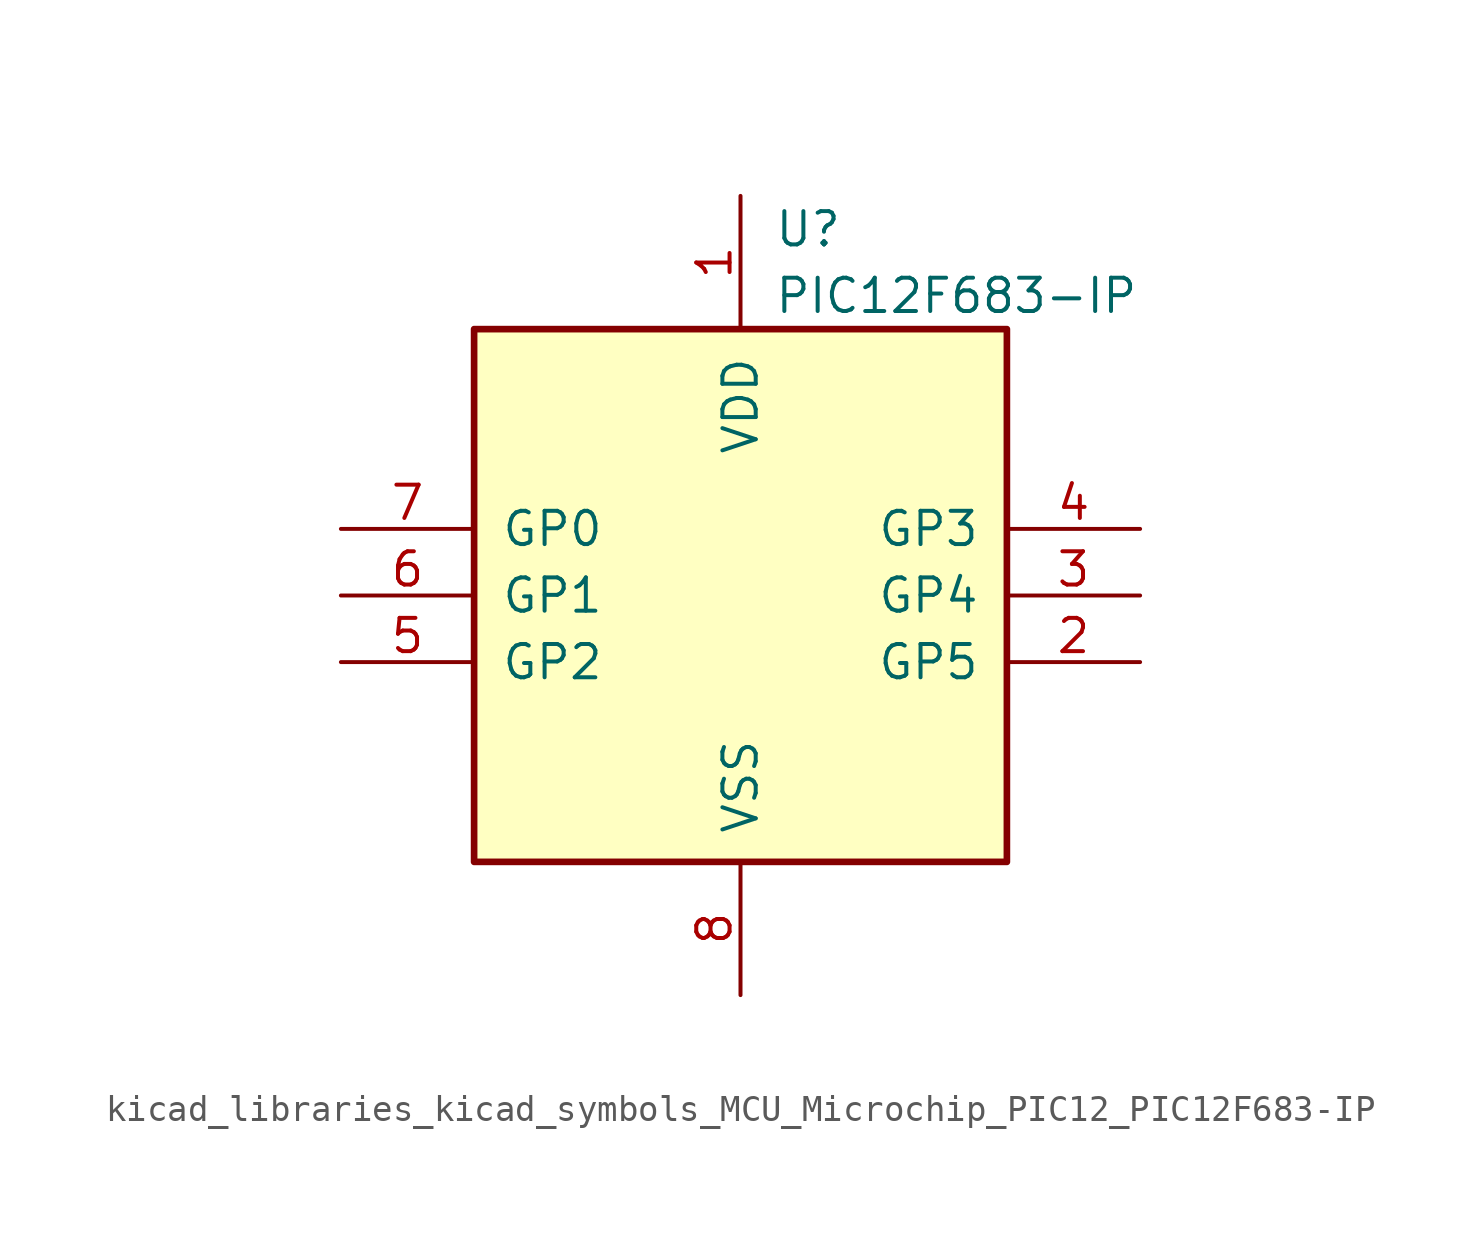
<source format=kicad_sym>
(kicad_symbol_lib
  (version 20220914)
  (generator kicad_symbol_editor)
  (symbol "kicad_libraries_kicad_symbols_MCU_Microchip_PIC12_PIC12F683-IP"
    (pin_names
      (offset 1.016))
    (property "Reference" "U"
      (at 1.27 13.97 0)
      (effects (font (size 1.27 1.27)) (justify left)))
    (property "Value" "PIC12F683-IP"
      (at 1.27 11.43 0)
      (effects (font (size 1.27 1.27)) (justify left)))
    (symbol "kicad_libraries_kicad_symbols_MCU_Microchip_PIC12_PIC12F683-IP_0_1"
      (rectangle (start 10.16 -10.16) (end -10.16 10.16) (stroke (width 0.254) (type default)) (fill (type background))))
    (symbol "kicad_libraries_kicad_symbols_MCU_Microchip_PIC12_PIC12F683-IP_1_1"
      (pin power_in line (at 0 15.24 270) (length 5.08) (name "VDD" (effects (font (size 1.27 1.27)))) (number "1" (effects (font (size 1.27 1.27)))))
      (pin bidirectional line (at 15.24 -2.54 180) (length 5.08) (name "GP5" (effects (font (size 1.27 1.27)))) (number "2" (effects (font (size 1.27 1.27)))))
      (pin bidirectional line (at 15.24 0 180) (length 5.08) (name "GP4" (effects (font (size 1.27 1.27)))) (number "3" (effects (font (size 1.27 1.27)))))
      (pin input line (at 15.24 2.54 180) (length 5.08) (name "GP3" (effects (font (size 1.27 1.27)))) (number "4" (effects (font (size 1.27 1.27)))))
      (pin bidirectional line (at -15.24 -2.54 0) (length 5.08) (name "GP2" (effects (font (size 1.27 1.27)))) (number "5" (effects (font (size 1.27 1.27)))))
      (pin bidirectional line (at -15.24 0 0) (length 5.08) (name "GP1" (effects (font (size 1.27 1.27)))) (number "6" (effects (font (size 1.27 1.27)))))
      (pin bidirectional line (at -15.24 2.54 0) (length 5.08) (name "GP0" (effects (font (size 1.27 1.27)))) (number "7" (effects (font (size 1.27 1.27)))))
      (pin power_in line (at 0 -15.24 90) (length 5.08) (name "VSS" (effects (font (size 1.27 1.27)))) (number "8" (effects (font (size 1.27 1.27))))))))
</source>
